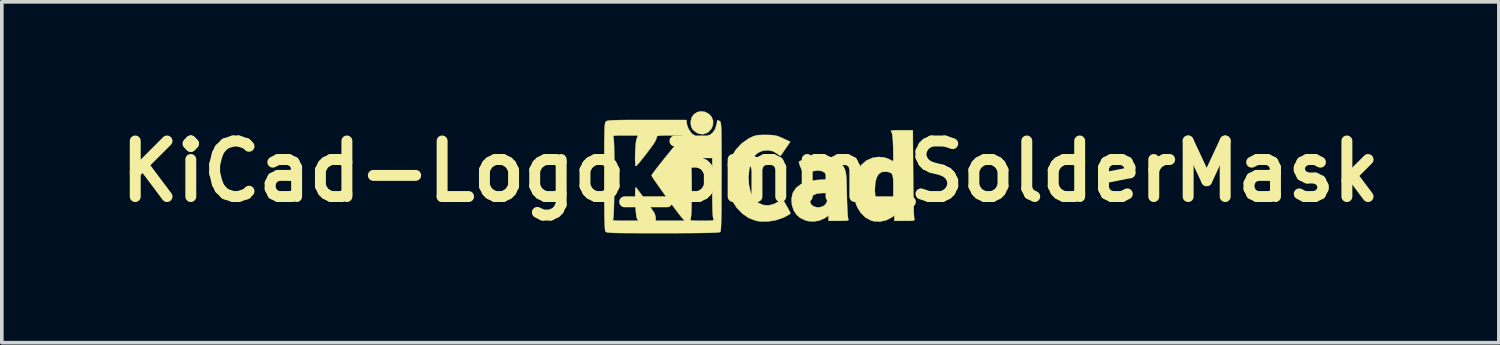
<source format=kicad_pcb>
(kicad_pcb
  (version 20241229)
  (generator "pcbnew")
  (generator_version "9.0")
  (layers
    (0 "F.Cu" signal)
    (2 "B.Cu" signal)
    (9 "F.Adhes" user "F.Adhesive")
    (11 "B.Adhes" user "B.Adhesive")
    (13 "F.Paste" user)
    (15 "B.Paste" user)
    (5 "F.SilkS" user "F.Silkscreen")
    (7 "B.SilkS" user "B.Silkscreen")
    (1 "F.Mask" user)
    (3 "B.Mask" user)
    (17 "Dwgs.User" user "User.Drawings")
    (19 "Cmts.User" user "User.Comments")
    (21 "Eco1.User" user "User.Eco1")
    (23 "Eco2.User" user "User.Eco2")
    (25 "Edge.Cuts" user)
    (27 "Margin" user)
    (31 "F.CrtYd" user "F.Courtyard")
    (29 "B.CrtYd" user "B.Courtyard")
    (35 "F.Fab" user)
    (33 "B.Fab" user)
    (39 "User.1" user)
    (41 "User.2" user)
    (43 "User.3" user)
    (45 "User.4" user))
  (footprint "KiCad-Logo_3mm_SolderMask"
    (layer "F.Cu")
    (at 17.533 1.652)
    (property "Reference" "KiCad-Logo_3mm_SolderMask" (at 0 0 0) (layer "F.SilkS") (effects (font (size 1.524 1.524) (thickness 0.3))))
    (attr through_hole)
    (fp_poly (pts (xy -1.247 -1.634) (xy -1.142 -1.58) (xy -1.064 -1.497) (xy -1.022 -1.39) (xy -1.026 -1.274) (xy -1.071 -1.165) (xy -1.152 -1.078) (xy -1.184 -1.059) (xy -1.3 -1.02) (xy -1.409 -1.033) (xy -1.487 -1.071) (xy -1.577 -1.144) (xy -1.624 -1.234) (xy -1.637 -1.349) (xy -1.614 -1.47) (xy -1.552 -1.563) (xy -1.463 -1.623) (xy -1.357 -1.647) (xy -1.247 -1.634)) (stroke (width 0.01) (type solid)) (fill yes) (layer "F.SilkS"))
    (fp_poly (pts (xy 0.557 -0.999) (xy 0.655 -0.99) (xy 0.738 -0.971) (xy 0.827 -0.937) (xy 0.893 -0.907) (xy 1.095 -0.813) (xy 0.966 -0.625) (xy 0.905 -0.537) (xy 0.857 -0.468) (xy 0.831 -0.43) (xy 0.829 -0.427) (xy 0.805 -0.436) (xy 0.754 -0.473) (xy 0.735 -0.489) (xy 0.615 -0.556) (xy 0.477 -0.581) (xy 0.336 -0.565) (xy 0.208 -0.511) (xy 0.106 -0.42) (xy 0.085 -0.39) (xy 0.012 -0.228) (xy -0.033 -0.038) (xy -0.05 0.165) (xy -0.038 0.366) (xy 0.003 0.552) (xy 0.071 0.709) (xy 0.101 0.753) (xy 0.216 0.862) (xy 0.353 0.922) (xy 0.502 0.933) (xy 0.656 0.892) (xy 0.744 0.843) (xy 0.818 0.797) (xy 0.869 0.77) (xy 0.886 0.766) (xy 0.916 0.812) (xy 0.961 0.886) (xy 1.01 0.972) (xy 1.055 1.055) (xy 1.088 1.119) (xy 1.101 1.15) (xy 1.077 1.174) (xy 1.014 1.212) (xy 0.924 1.258) (xy 0.902 1.269) (xy 0.707 1.336) (xy 0.493 1.372) (xy 0.284 1.373) (xy 0.153 1.353) (xy -0.04 1.279) (xy -0.218 1.157) (xy -0.375 0.994) (xy -0.5 0.8) (xy -0.543 0.706) (xy -0.57 0.633) (xy -0.588 0.56) (xy -0.599 0.474) (xy -0.605 0.362) (xy -0.607 0.209) (xy -0.607 0.169) (xy -0.606 0.014) (xy -0.603 -0.099) (xy -0.595 -0.182) (xy -0.581 -0.249) (xy -0.557 -0.313) (xy -0.523 -0.389) (xy -0.52 -0.395) (xy -0.395 -0.598) (xy -0.231 -0.772) (xy -0.04 -0.905) (xy -0.007 -0.922) (xy 0.078 -0.961) (xy 0.154 -0.985) (xy 0.239 -0.997) (xy 0.353 -1.001) (xy 0.423 -1.001) (xy 0.557 -0.999)) (stroke (width 0.01) (type solid)) (fill yes) (layer "F.SilkS"))
    (fp_poly (pts (xy 2.172 -0.38) (xy 2.337 -0.332) (xy 2.463 -0.25) (xy 2.556 -0.13) (xy 2.578 -0.087) (xy 2.598 -0.039) (xy 2.613 0.014) (xy 2.625 0.08) (xy 2.633 0.167) (xy 2.639 0.284) (xy 2.644 0.44) (xy 2.648 0.644) (xy 2.648 0.649) (xy 2.652 0.831) (xy 2.658 0.996) (xy 2.666 1.135) (xy 2.674 1.238) (xy 2.682 1.297) (xy 2.685 1.305) (xy 2.693 1.328) (xy 2.681 1.342) (xy 2.64 1.35) (xy 2.562 1.354) (xy 2.437 1.355) (xy 2.428 1.355) (xy 2.145 1.355) (xy 2.145 1.213) (xy 2.035 1.285) (xy 1.897 1.347) (xy 1.736 1.374) (xy 1.577 1.361) (xy 1.512 1.342) (xy 1.369 1.275) (xy 1.267 1.187) (xy 1.192 1.072) (xy 1.142 0.924) (xy 1.135 0.821) (xy 1.637 0.821) (xy 1.661 0.898) (xy 1.724 0.954) (xy 1.811 0.984) (xy 1.908 0.985) (xy 2 0.954) (xy 2.047 0.919) (xy 2.096 0.852) (xy 2.115 0.768) (xy 2.117 0.721) (xy 2.117 0.593) (xy 1.974 0.593) (xy 1.822 0.609) (xy 1.714 0.657) (xy 1.652 0.736) (xy 1.637 0.821) (xy 1.135 0.821) (xy 1.13 0.763) (xy 1.157 0.612) (xy 1.168 0.585) (xy 1.254 0.453) (xy 1.388 0.351) (xy 1.569 0.28) (xy 1.796 0.239) (xy 1.866 0.234) (xy 2.121 0.217) (xy 2.103 0.144) (xy 2.056 0.049) (xy 1.97 -0.008) (xy 1.851 -0.026) (xy 1.704 -0.005) (xy 1.608 0.026) (xy 1.465 0.08) (xy 1.395 -0.078) (xy 1.359 -0.166) (xy 1.338 -0.234) (xy 1.334 -0.264) (xy 1.367 -0.287) (xy 1.444 -0.314) (xy 1.55 -0.34) (xy 1.674 -0.364) (xy 1.802 -0.382) (xy 1.921 -0.393) (xy 1.964 -0.394) (xy 2.172 -0.38)) (stroke (width 0.01) (type solid)) (fill yes) (layer "F.SilkS"))
    (fp_poly (pts (xy 4.458 -1.129) (xy 4.466 0.064) (xy 4.468 0.319) (xy 4.471 0.558) (xy 4.475 0.775) (xy 4.479 0.962) (xy 4.484 1.115) (xy 4.489 1.227) (xy 4.495 1.292) (xy 4.497 1.305) (xy 4.504 1.328) (xy 4.491 1.342) (xy 4.45 1.35) (xy 4.371 1.354) (xy 4.246 1.355) (xy 4.236 1.355) (xy 3.951 1.355) (xy 3.951 1.21) (xy 3.873 1.265) (xy 3.724 1.34) (xy 3.554 1.375) (xy 3.385 1.366) (xy 3.309 1.345) (xy 3.155 1.261) (xy 3.025 1.131) (xy 2.939 0.991) (xy 2.905 0.913) (xy 2.883 0.841) (xy 2.871 0.76) (xy 2.866 0.653) (xy 2.865 0.522) (xy 2.865 0.516) (xy 3.415 0.516) (xy 3.427 0.683) (xy 3.462 0.816) (xy 3.518 0.906) (xy 3.546 0.929) (xy 3.622 0.95) (xy 3.72 0.945) (xy 3.815 0.919) (xy 3.869 0.887) (xy 3.891 0.861) (xy 3.906 0.825) (xy 3.916 0.768) (xy 3.921 0.68) (xy 3.923 0.551) (xy 3.923 0.465) (xy 3.922 0.3) (xy 3.916 0.183) (xy 3.902 0.105) (xy 3.876 0.057) (xy 3.834 0.03) (xy 3.772 0.014) (xy 3.725 0.008) (xy 3.612 0.014) (xy 3.524 0.069) (xy 3.462 0.172) (xy 3.426 0.325) (xy 3.415 0.516) (xy 2.865 0.516) (xy 2.873 0.297) (xy 2.902 0.116) (xy 2.953 -0.032) (xy 3.029 -0.156) (xy 3.058 -0.19) (xy 3.188 -0.299) (xy 3.345 -0.369) (xy 3.516 -0.397) (xy 3.684 -0.38) (xy 3.796 -0.339) (xy 3.865 -0.304) (xy 3.91 -0.284) (xy 3.918 -0.282) (xy 3.921 -0.309) (xy 3.922 -0.381) (xy 3.922 -0.49) (xy 3.919 -0.623) (xy 3.919 -0.659) (xy 3.912 -0.837) (xy 3.901 -0.965) (xy 3.887 -1.046) (xy 3.87 -1.082) (xy 3.857 -1.103) (xy 3.865 -1.116) (xy 3.902 -1.124) (xy 3.976 -1.128) (xy 4.096 -1.129) (xy 4.145 -1.129) (xy 4.458 -1.129)) (stroke (width 0.01) (type solid)) (fill yes) (layer "F.SilkS"))
    (fp_poly (pts (xy -1.749 -1.348) (xy -1.737 -1.283) (xy -1.708 -1.197) (xy -1.694 -1.165) (xy -1.615 -1.046) (xy -1.51 -0.97) (xy -1.39 -0.934) (xy -1.265 -0.937) (xy -1.146 -0.977) (xy -1.042 -1.052) (xy -0.964 -1.16) (xy -0.922 -1.298) (xy -0.912 -1.366) (xy -0.906 -1.403) (xy -0.906 -1.405) (xy -0.883 -1.4) (xy -0.847 -1.383) (xy -0.834 -1.375) (xy -0.824 -1.362) (xy -0.815 -1.341) (xy -0.808 -1.305) (xy -0.803 -1.252) (xy -0.798 -1.175) (xy -0.795 -1.071) (xy -0.793 -0.935) (xy -0.792 -0.762) (xy -0.791 -0.548) (xy -0.79 -0.289) (xy -0.79 0.021) (xy -0.79 0.136) (xy -0.791 0.487) (xy -0.792 0.784) (xy -0.793 1.032) (xy -0.796 1.233) (xy -0.8 1.391) (xy -0.804 1.51) (xy -0.81 1.592) (xy -0.817 1.641) (xy -0.824 1.659) (xy -0.846 1.667) (xy -0.898 1.674) (xy -0.983 1.679) (xy -1.105 1.684) (xy -1.266 1.687) (xy -1.47 1.69) (xy -1.721 1.692) (xy -2.021 1.693) (xy -2.374 1.693) (xy -2.404 1.693) (xy -2.738 1.693) (xy -3.021 1.693) (xy -3.256 1.692) (xy -3.448 1.691) (xy -3.602 1.689) (xy -3.721 1.687) (xy -3.811 1.683) (xy -3.876 1.678) (xy -3.921 1.672) (xy -3.949 1.664) (xy -3.966 1.655) (xy -3.975 1.644) (xy -3.978 1.639) (xy -3.986 1.596) (xy -3.992 1.498) (xy -3.997 1.345) (xy -3.998 1.326) (xy -3.77 1.326) (xy -3.759 1.34) (xy -3.722 1.348) (xy -3.652 1.353) (xy -3.539 1.354) (xy -3.431 1.355) (xy -3.074 1.355) (xy -3.109 1.291) (xy -3.122 1.245) (xy -3.134 1.16) (xy -3.144 1.05) (xy -3.152 0.924) (xy -3.157 0.792) (xy -3.159 0.668) (xy -3.159 0.56) (xy -3.154 0.48) (xy -3.146 0.439) (xy -3.139 0.437) (xy -3.108 0.476) (xy -3.052 0.55) (xy -2.979 0.649) (xy -2.898 0.762) (xy -2.815 0.877) (xy -2.739 0.985) (xy -2.677 1.075) (xy -2.638 1.134) (xy -2.629 1.148) (xy -2.603 1.227) (xy -2.596 1.282) (xy -2.596 1.355) (xy -1.8 1.355) (xy -1.828 1.323) (xy -1.647 1.323) (xy -1.641 1.338) (xy -1.611 1.348) (xy -1.549 1.353) (xy -1.445 1.354) (xy -1.326 1.355) (xy -1.184 1.354) (xy -1.089 1.352) (xy -1.033 1.346) (xy -1.009 1.336) (xy -1.006 1.319) (xy -1.015 1.3) (xy -1.024 1.254) (xy -1.032 1.156) (xy -1.038 1.009) (xy -1.042 0.818) (xy -1.044 0.586) (xy -1.044 0.439) (xy -1.044 -0.367) (xy -1.356 -0.367) (xy -1.491 -0.366) (xy -1.579 -0.364) (xy -1.628 -0.357) (xy -1.647 -0.345) (xy -1.645 -0.326) (xy -1.638 -0.312) (xy -1.629 -0.266) (xy -1.621 -0.168) (xy -1.615 -0.023) (xy -1.611 0.166) (xy -1.609 0.392) (xy -1.609 0.494) (xy -1.61 0.735) (xy -1.613 0.939) (xy -1.618 1.103) (xy -1.625 1.22) (xy -1.634 1.288) (xy -1.638 1.3) (xy -1.647 1.323) (xy -1.828 1.323) (xy -1.884 1.259) (xy -1.933 1.2) (xy -2.004 1.108) (xy -2.091 0.992) (xy -2.188 0.86) (xy -2.291 0.719) (xy -2.393 0.576) (xy -2.49 0.44) (xy -2.576 0.318) (xy -2.644 0.218) (xy -2.691 0.147) (xy -2.709 0.113) (xy -2.709 0.112) (xy -2.692 0.081) (xy -2.645 0.014) (xy -2.573 -0.081) (xy -2.483 -0.196) (xy -2.381 -0.324) (xy -2.274 -0.457) (xy -2.167 -0.588) (xy -2.066 -0.71) (xy -1.977 -0.813) (xy -1.908 -0.892) (xy -1.863 -0.938) (xy -1.855 -0.945) (xy -1.835 -0.962) (xy -1.836 -0.974) (xy -1.867 -0.981) (xy -1.934 -0.986) (xy -2.043 -0.987) (xy -2.181 -0.988) (xy -2.336 -0.987) (xy -2.444 -0.985) (xy -2.512 -0.979) (xy -2.55 -0.969) (xy -2.566 -0.954) (xy -2.568 -0.938) (xy -2.583 -0.884) (xy -2.619 -0.81) (xy -2.632 -0.788) (xy -2.678 -0.719) (xy -2.744 -0.629) (xy -2.823 -0.524) (xy -2.906 -0.417) (xy -2.987 -0.315) (xy -3.058 -0.23) (xy -3.111 -0.169) (xy -3.139 -0.143) (xy -3.14 -0.143) (xy -3.151 -0.168) (xy -3.158 -0.236) (xy -3.161 -0.337) (xy -3.16 -0.456) (xy -3.155 -0.581) (xy -3.147 -0.701) (xy -3.137 -0.802) (xy -3.124 -0.872) (xy -3.121 -0.882) (xy -3.083 -0.988) (xy -3.433 -0.988) (xy -3.579 -0.987) (xy -3.676 -0.985) (xy -3.734 -0.98) (xy -3.76 -0.97) (xy -3.764 -0.954) (xy -3.754 -0.932) (xy -3.747 -0.891) (xy -3.742 -0.802) (xy -3.737 -0.671) (xy -3.734 -0.507) (xy -3.732 -0.317) (xy -3.731 -0.109) (xy -3.731 0.109) (xy -3.732 0.33) (xy -3.734 0.546) (xy -3.737 0.749) (xy -3.741 0.932) (xy -3.746 1.087) (xy -3.752 1.206) (xy -3.759 1.282) (xy -3.764 1.305) (xy -3.77 1.326) (xy -3.998 1.326) (xy -4.002 1.139) (xy -4.005 0.881) (xy -4.007 0.572) (xy -4.008 0.212) (xy -4.008 0.131) (xy -4.007 -0.196) (xy -4.007 -0.472) (xy -4.006 -0.7) (xy -4.004 -0.885) (xy -4.001 -1.032) (xy -3.998 -1.146) (xy -3.993 -1.23) (xy -3.988 -1.29) (xy -3.98 -1.33) (xy -3.972 -1.354) (xy -3.963 -1.367) (xy -3.946 -1.378) (xy -3.917 -1.388) (xy -3.869 -1.395) (xy -3.799 -1.401) (xy -3.699 -1.405) (xy -3.567 -1.408) (xy -3.395 -1.41) (xy -3.178 -1.411) (xy -2.912 -1.411) (xy -2.834 -1.411) (xy -1.75 -1.411) (xy -1.749 -1.348)) (stroke (width 0.01) (type solid)) (fill yes) (layer "F.SilkS")))
  (gr_rect
    (start -3 -3)
    (end 38.067 6.351)
    (stroke (width 0.1) (type default))
    (fill no)
    (layer "Edge.Cuts")))
</source>
